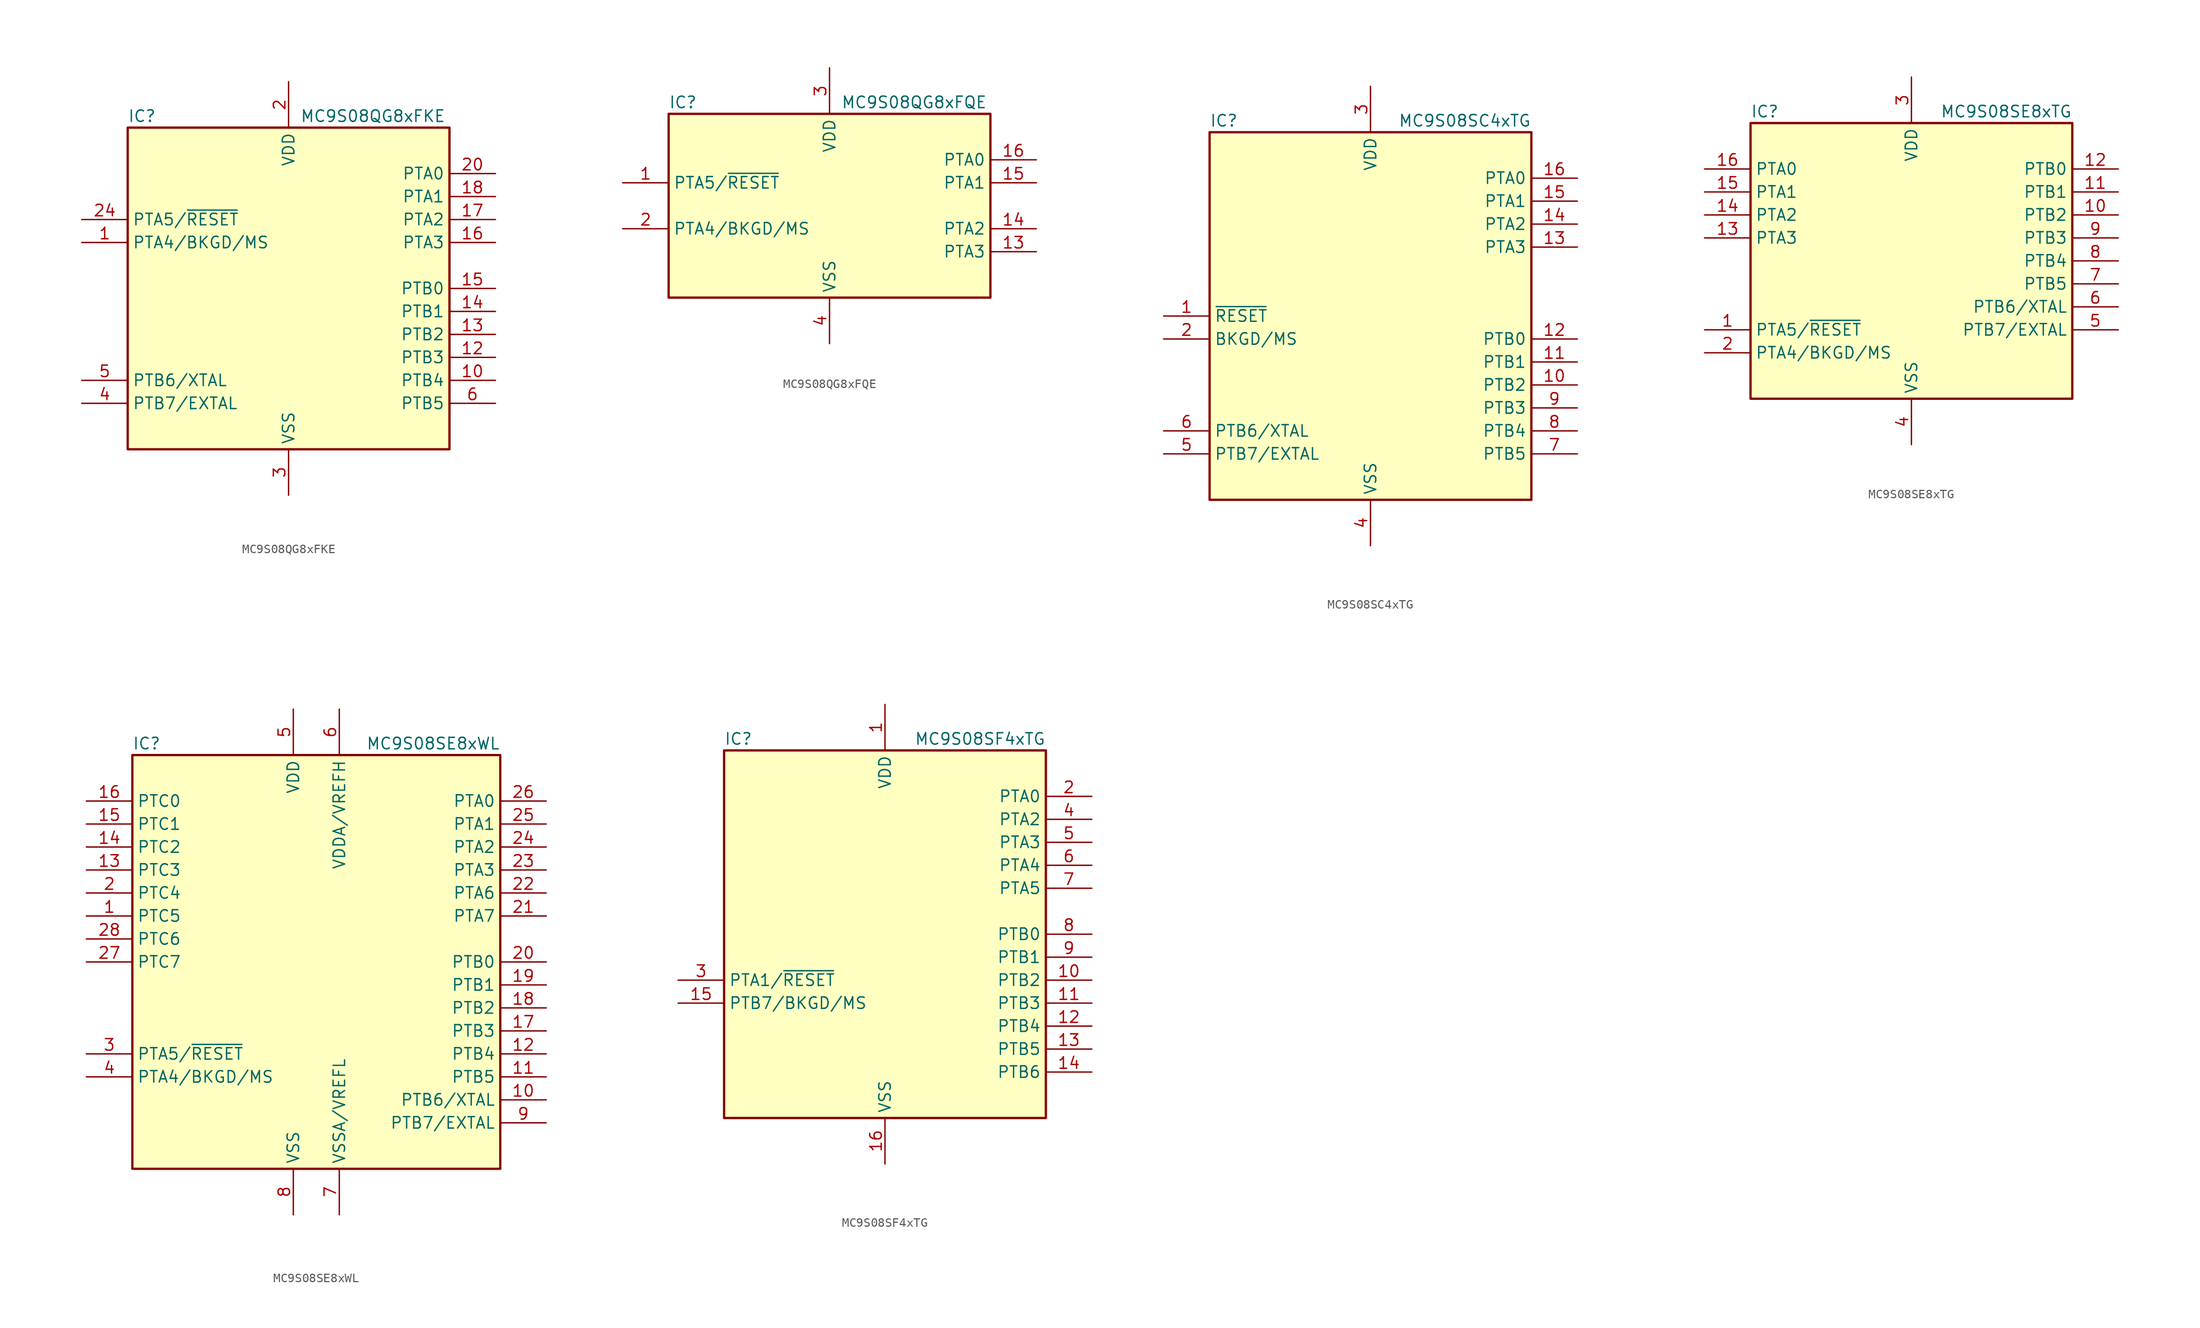
<source format=kicad_sym>
(kicad_symbol_lib
  (version 20241209)
  (generator "kicad_symbol_editor")
  (generator_version "9.0")
  (symbol "MC9S08QG8xFKE"
    (property "Reference" "IC"
      (at -17.78 19.05 0)
      (effects (font (size 1.27 1.27)) (justify left)))
    (property "Value" "MC9S08QG8xFKE"
      (at 1.27 19.05 0)
      (effects (font (size 1.27 1.27)) (justify left)))
    (symbol "MC9S08QG8xFKE_0_1"
      (rectangle (start -17.78 17.78) (end 17.78 -17.78) (stroke (width 0.254) (type default)) (fill (type background))))
    (symbol "MC9S08QG8xFKE_1_1"
      (pin bidirectional line (at -22.86 7.62 0) (length 5.08) (name "PTA5/~{RESET}" (effects (font (size 1.27 1.27)))) (number "24" (effects (font (size 1.27 1.27)))))
      (pin bidirectional line (at -22.86 5.08 0) (length 5.08) (name "PTA4/BKGD/MS" (effects (font (size 1.27 1.27)))) (number "1" (effects (font (size 1.27 1.27)))))
      (pin bidirectional line (at -22.86 -10.16 0) (length 5.08) (name "PTB6/XTAL" (effects (font (size 1.27 1.27)))) (number "5" (effects (font (size 1.27 1.27)))))
      (pin bidirectional line (at -22.86 -12.7 0) (length 5.08) (name "PTB7/EXTAL" (effects (font (size 1.27 1.27)))) (number "4" (effects (font (size 1.27 1.27)))))
      (pin power_in line (at 0 22.86 270) (length 5.08) (name "VDD" (effects (font (size 1.27 1.27)))) (number "2" (effects (font (size 1.27 1.27)))))
      (pin power_in line (at 0 -22.86 90) (length 5.08) (name "VSS" (effects (font (size 1.27 1.27)))) (number "3" (effects (font (size 1.27 1.27)))))
      (pin bidirectional line (at 22.86 12.7 180) (length 5.08) (name "PTA0" (effects (font (size 1.27 1.27)))) (number "20" (effects (font (size 1.27 1.27)))))
      (pin bidirectional line (at 22.86 10.16 180) (length 5.08) (name "PTA1" (effects (font (size 1.27 1.27)))) (number "18" (effects (font (size 1.27 1.27)))))
      (pin bidirectional line (at 22.86 7.62 180) (length 5.08) (name "PTA2" (effects (font (size 1.27 1.27)))) (number "17" (effects (font (size 1.27 1.27)))))
      (pin bidirectional line (at 22.86 5.08 180) (length 5.08) (name "PTA3" (effects (font (size 1.27 1.27)))) (number "16" (effects (font (size 1.27 1.27)))))
      (pin bidirectional line (at 22.86 0 180) (length 5.08) (name "PTB0" (effects (font (size 1.27 1.27)))) (number "15" (effects (font (size 1.27 1.27)))))
      (pin bidirectional line (at 22.86 -2.54 180) (length 5.08) (name "PTB1" (effects (font (size 1.27 1.27)))) (number "14" (effects (font (size 1.27 1.27)))))
      (pin bidirectional line (at 22.86 -5.08 180) (length 5.08) (name "PTB2" (effects (font (size 1.27 1.27)))) (number "13" (effects (font (size 1.27 1.27)))))
      (pin bidirectional line (at 22.86 -7.62 180) (length 5.08) (name "PTB3" (effects (font (size 1.27 1.27)))) (number "12" (effects (font (size 1.27 1.27)))))
      (pin bidirectional line (at 22.86 -10.16 180) (length 5.08) (name "PTB4" (effects (font (size 1.27 1.27)))) (number "10" (effects (font (size 1.27 1.27)))))
      (pin bidirectional line (at 22.86 -12.7 180) (length 5.08) (name "PTB5" (effects (font (size 1.27 1.27)))) (number "6" (effects (font (size 1.27 1.27)))))))
  (symbol "MC9S08QG8xFQE"
    (property "Reference" "IC"
      (at -17.78 11.43 0)
      (effects (font (size 1.27 1.27)) (justify left)))
    (property "Value" "MC9S08QG8xFQE"
      (at 1.27 11.43 0)
      (effects (font (size 1.27 1.27)) (justify left)))
    (symbol "MC9S08QG8xFQE_0_1"
      (rectangle (start -17.78 10.16) (end 17.78 -10.16) (stroke (width 0.254) (type default)) (fill (type background))))
    (symbol "MC9S08QG8xFQE_1_1"
      (pin bidirectional line (at -22.86 2.54 0) (length 5.08) (name "PTA5/~{RESET}" (effects (font (size 1.27 1.27)))) (number "1" (effects (font (size 1.27 1.27)))))
      (pin bidirectional line (at -22.86 -2.54 0) (length 5.08) (name "PTA4/BKGD/MS" (effects (font (size 1.27 1.27)))) (number "2" (effects (font (size 1.27 1.27)))))
      (pin power_in line (at 0 15.24 270) (length 5.08) (name "VDD" (effects (font (size 1.27 1.27)))) (number "3" (effects (font (size 1.27 1.27)))))
      (pin power_in line (at 0 -15.24 90) (length 5.08) (name "VSS" (effects (font (size 1.27 1.27)))) (number "4" (effects (font (size 1.27 1.27)))))
      (pin bidirectional line (at 22.86 5.08 180) (length 5.08) (name "PTA0" (effects (font (size 1.27 1.27)))) (number "16" (effects (font (size 1.27 1.27)))))
      (pin bidirectional line (at 22.86 2.54 180) (length 5.08) (name "PTA1" (effects (font (size 1.27 1.27)))) (number "15" (effects (font (size 1.27 1.27)))))
      (pin bidirectional line (at 22.86 -2.54 180) (length 5.08) (name "PTA2" (effects (font (size 1.27 1.27)))) (number "14" (effects (font (size 1.27 1.27)))))
      (pin bidirectional line (at 22.86 -5.08 180) (length 5.08) (name "PTA3" (effects (font (size 1.27 1.27)))) (number "13" (effects (font (size 1.27 1.27)))))))
  (symbol "MC9S08SC4xTG"
    (property "Reference" "IC"
      (at -17.78 21.59 0)
      (effects (font (size 1.27 1.27)) (justify left)))
    (property "Value" "MC9S08SC4xTG"
      (at 17.78 21.59 0)
      (effects (font (size 1.27 1.27)) (justify right)))
    (symbol "MC9S08SC4xTG_0_1"
      (rectangle (start -17.78 20.32) (end 17.78 -20.32) (stroke (width 0.254) (type default)) (fill (type background))))
    (symbol "MC9S08SC4xTG_1_1"
      (pin input line (at -22.86 0 0) (length 5.08) (name "~{RESET}" (effects (font (size 1.27 1.27)))) (number "1" (effects (font (size 1.27 1.27)))))
      (pin bidirectional line (at -22.86 -2.54 0) (length 5.08) (name "BKGD/MS" (effects (font (size 1.27 1.27)))) (number "2" (effects (font (size 1.27 1.27)))))
      (pin bidirectional line (at -22.86 -12.7 0) (length 5.08) (name "PTB6/XTAL" (effects (font (size 1.27 1.27)))) (number "6" (effects (font (size 1.27 1.27)))))
      (pin bidirectional line (at -22.86 -15.24 0) (length 5.08) (name "PTB7/EXTAL" (effects (font (size 1.27 1.27)))) (number "5" (effects (font (size 1.27 1.27)))))
      (pin power_in line (at 0 25.4 270) (length 5.08) (name "VDD" (effects (font (size 1.27 1.27)))) (number "3" (effects (font (size 1.27 1.27)))))
      (pin power_in line (at 0 -25.4 90) (length 5.08) (name "VSS" (effects (font (size 1.27 1.27)))) (number "4" (effects (font (size 1.27 1.27)))))
      (pin bidirectional line (at 22.86 15.24 180) (length 5.08) (name "PTA0" (effects (font (size 1.27 1.27)))) (number "16" (effects (font (size 1.27 1.27)))))
      (pin bidirectional line (at 22.86 12.7 180) (length 5.08) (name "PTA1" (effects (font (size 1.27 1.27)))) (number "15" (effects (font (size 1.27 1.27)))))
      (pin bidirectional line (at 22.86 10.16 180) (length 5.08) (name "PTA2" (effects (font (size 1.27 1.27)))) (number "14" (effects (font (size 1.27 1.27)))))
      (pin bidirectional line (at 22.86 7.62 180) (length 5.08) (name "PTA3" (effects (font (size 1.27 1.27)))) (number "13" (effects (font (size 1.27 1.27)))))
      (pin bidirectional line (at 22.86 -2.54 180) (length 5.08) (name "PTB0" (effects (font (size 1.27 1.27)))) (number "12" (effects (font (size 1.27 1.27)))))
      (pin bidirectional line (at 22.86 -5.08 180) (length 5.08) (name "PTB1" (effects (font (size 1.27 1.27)))) (number "11" (effects (font (size 1.27 1.27)))))
      (pin bidirectional line (at 22.86 -7.62 180) (length 5.08) (name "PTB2" (effects (font (size 1.27 1.27)))) (number "10" (effects (font (size 1.27 1.27)))))
      (pin bidirectional line (at 22.86 -10.16 180) (length 5.08) (name "PTB3" (effects (font (size 1.27 1.27)))) (number "9" (effects (font (size 1.27 1.27)))))
      (pin bidirectional line (at 22.86 -12.7 180) (length 5.08) (name "PTB4" (effects (font (size 1.27 1.27)))) (number "8" (effects (font (size 1.27 1.27)))))
      (pin bidirectional line (at 22.86 -15.24 180) (length 5.08) (name "PTB5" (effects (font (size 1.27 1.27)))) (number "7" (effects (font (size 1.27 1.27)))))))
  (symbol "MC9S08SE8xTG"
    (property "Reference" "IC"
      (at -17.78 16.51 0)
      (effects (font (size 1.27 1.27)) (justify left)))
    (property "Value" "MC9S08SE8xTG"
      (at 17.78 16.51 0)
      (effects (font (size 1.27 1.27)) (justify right)))
    (symbol "MC9S08SE8xTG_0_1"
      (rectangle (start -17.78 15.24) (end 17.78 -15.24) (stroke (width 0.254) (type default)) (fill (type background))))
    (symbol "MC9S08SE8xTG_1_1"
      (pin bidirectional line (at -22.86 10.16 0) (length 5.08) (name "PTA0" (effects (font (size 1.27 1.27)))) (number "16" (effects (font (size 1.27 1.27)))))
      (pin bidirectional line (at -22.86 7.62 0) (length 5.08) (name "PTA1" (effects (font (size 1.27 1.27)))) (number "15" (effects (font (size 1.27 1.27)))))
      (pin bidirectional line (at -22.86 5.08 0) (length 5.08) (name "PTA2" (effects (font (size 1.27 1.27)))) (number "14" (effects (font (size 1.27 1.27)))))
      (pin bidirectional line (at -22.86 2.54 0) (length 5.08) (name "PTA3" (effects (font (size 1.27 1.27)))) (number "13" (effects (font (size 1.27 1.27)))))
      (pin bidirectional line (at -22.86 -7.62 0) (length 5.08) (name "PTA5/~{RESET}" (effects (font (size 1.27 1.27)))) (number "1" (effects (font (size 1.27 1.27)))))
      (pin bidirectional line (at -22.86 -10.16 0) (length 5.08) (name "PTA4/BKGD/MS" (effects (font (size 1.27 1.27)))) (number "2" (effects (font (size 1.27 1.27)))))
      (pin power_in line (at 0 20.32 270) (length 5.08) (name "VDD" (effects (font (size 1.27 1.27)))) (number "3" (effects (font (size 1.27 1.27)))))
      (pin power_in line (at 0 -20.32 90) (length 5.08) (name "VSS" (effects (font (size 1.27 1.27)))) (number "4" (effects (font (size 1.27 1.27)))))
      (pin bidirectional line (at 22.86 10.16 180) (length 5.08) (name "PTB0" (effects (font (size 1.27 1.27)))) (number "12" (effects (font (size 1.27 1.27)))))
      (pin bidirectional line (at 22.86 7.62 180) (length 5.08) (name "PTB1" (effects (font (size 1.27 1.27)))) (number "11" (effects (font (size 1.27 1.27)))))
      (pin bidirectional line (at 22.86 5.08 180) (length 5.08) (name "PTB2" (effects (font (size 1.27 1.27)))) (number "10" (effects (font (size 1.27 1.27)))))
      (pin bidirectional line (at 22.86 2.54 180) (length 5.08) (name "PTB3" (effects (font (size 1.27 1.27)))) (number "9" (effects (font (size 1.27 1.27)))))
      (pin bidirectional line (at 22.86 0 180) (length 5.08) (name "PTB4" (effects (font (size 1.27 1.27)))) (number "8" (effects (font (size 1.27 1.27)))))
      (pin bidirectional line (at 22.86 -2.54 180) (length 5.08) (name "PTB5" (effects (font (size 1.27 1.27)))) (number "7" (effects (font (size 1.27 1.27)))))
      (pin bidirectional line (at 22.86 -5.08 180) (length 5.08) (name "PTB6/XTAL" (effects (font (size 1.27 1.27)))) (number "6" (effects (font (size 1.27 1.27)))))
      (pin bidirectional line (at 22.86 -7.62 180) (length 5.08) (name "PTB7/EXTAL" (effects (font (size 1.27 1.27)))) (number "5" (effects (font (size 1.27 1.27)))))))
  (symbol "MC9S08SE8xWL"
    (property "Reference" "IC"
      (at -20.32 24.13 0)
      (effects (font (size 1.27 1.27)) (justify left)))
    (property "Value" "MC9S08SE8xWL"
      (at 20.32 24.13 0)
      (effects (font (size 1.27 1.27)) (justify right)))
    (symbol "MC9S08SE8xWL_0_1"
      (rectangle (start -20.32 22.86) (end 20.32 -22.86) (stroke (width 0.254) (type default)) (fill (type background))))
    (symbol "MC9S08SE8xWL_1_1"
      (pin bidirectional line (at -25.4 17.78 0) (length 5.08) (name "PTC0" (effects (font (size 1.27 1.27)))) (number "16" (effects (font (size 1.27 1.27)))))
      (pin bidirectional line (at -25.4 15.24 0) (length 5.08) (name "PTC1" (effects (font (size 1.27 1.27)))) (number "15" (effects (font (size 1.27 1.27)))))
      (pin bidirectional line (at -25.4 12.7 0) (length 5.08) (name "PTC2" (effects (font (size 1.27 1.27)))) (number "14" (effects (font (size 1.27 1.27)))))
      (pin bidirectional line (at -25.4 10.16 0) (length 5.08) (name "PTC3" (effects (font (size 1.27 1.27)))) (number "13" (effects (font (size 1.27 1.27)))))
      (pin bidirectional line (at -25.4 7.62 0) (length 5.08) (name "PTC4" (effects (font (size 1.27 1.27)))) (number "2" (effects (font (size 1.27 1.27)))))
      (pin bidirectional line (at -25.4 5.08 0) (length 5.08) (name "PTC5" (effects (font (size 1.27 1.27)))) (number "1" (effects (font (size 1.27 1.27)))))
      (pin bidirectional line (at -25.4 2.54 0) (length 5.08) (name "PTC6" (effects (font (size 1.27 1.27)))) (number "28" (effects (font (size 1.27 1.27)))))
      (pin bidirectional line (at -25.4 0 0) (length 5.08) (name "PTC7" (effects (font (size 1.27 1.27)))) (number "27" (effects (font (size 1.27 1.27)))))
      (pin bidirectional line (at -25.4 -10.16 0) (length 5.08) (name "PTA5/~{RESET}" (effects (font (size 1.27 1.27)))) (number "3" (effects (font (size 1.27 1.27)))))
      (pin bidirectional line (at -25.4 -12.7 0) (length 5.08) (name "PTA4/BKGD/MS" (effects (font (size 1.27 1.27)))) (number "4" (effects (font (size 1.27 1.27)))))
      (pin power_in line (at -2.54 27.94 270) (length 5.08) (name "VDD" (effects (font (size 1.27 1.27)))) (number "5" (effects (font (size 1.27 1.27)))))
      (pin power_in line (at -2.54 -27.94 90) (length 5.08) (name "VSS" (effects (font (size 1.27 1.27)))) (number "8" (effects (font (size 1.27 1.27)))))
      (pin power_in line (at 2.54 27.94 270) (length 5.08) (name "VDDA/VREFH" (effects (font (size 1.27 1.27)))) (number "6" (effects (font (size 1.27 1.27)))))
      (pin power_in line (at 2.54 -27.94 90) (length 5.08) (name "VSSA/VREFL" (effects (font (size 1.27 1.27)))) (number "7" (effects (font (size 1.27 1.27)))))
      (pin bidirectional line (at 25.4 17.78 180) (length 5.08) (name "PTA0" (effects (font (size 1.27 1.27)))) (number "26" (effects (font (size 1.27 1.27)))))
      (pin bidirectional line (at 25.4 15.24 180) (length 5.08) (name "PTA1" (effects (font (size 1.27 1.27)))) (number "25" (effects (font (size 1.27 1.27)))))
      (pin bidirectional line (at 25.4 12.7 180) (length 5.08) (name "PTA2" (effects (font (size 1.27 1.27)))) (number "24" (effects (font (size 1.27 1.27)))))
      (pin bidirectional line (at 25.4 10.16 180) (length 5.08) (name "PTA3" (effects (font (size 1.27 1.27)))) (number "23" (effects (font (size 1.27 1.27)))))
      (pin bidirectional line (at 25.4 7.62 180) (length 5.08) (name "PTA6" (effects (font (size 1.27 1.27)))) (number "22" (effects (font (size 1.27 1.27)))))
      (pin bidirectional line (at 25.4 5.08 180) (length 5.08) (name "PTA7" (effects (font (size 1.27 1.27)))) (number "21" (effects (font (size 1.27 1.27)))))
      (pin bidirectional line (at 25.4 0 180) (length 5.08) (name "PTB0" (effects (font (size 1.27 1.27)))) (number "20" (effects (font (size 1.27 1.27)))))
      (pin bidirectional line (at 25.4 -2.54 180) (length 5.08) (name "PTB1" (effects (font (size 1.27 1.27)))) (number "19" (effects (font (size 1.27 1.27)))))
      (pin bidirectional line (at 25.4 -5.08 180) (length 5.08) (name "PTB2" (effects (font (size 1.27 1.27)))) (number "18" (effects (font (size 1.27 1.27)))))
      (pin bidirectional line (at 25.4 -7.62 180) (length 5.08) (name "PTB3" (effects (font (size 1.27 1.27)))) (number "17" (effects (font (size 1.27 1.27)))))
      (pin bidirectional line (at 25.4 -10.16 180) (length 5.08) (name "PTB4" (effects (font (size 1.27 1.27)))) (number "12" (effects (font (size 1.27 1.27)))))
      (pin bidirectional line (at 25.4 -12.7 180) (length 5.08) (name "PTB5" (effects (font (size 1.27 1.27)))) (number "11" (effects (font (size 1.27 1.27)))))
      (pin bidirectional line (at 25.4 -15.24 180) (length 5.08) (name "PTB6/XTAL" (effects (font (size 1.27 1.27)))) (number "10" (effects (font (size 1.27 1.27)))))
      (pin bidirectional line (at 25.4 -17.78 180) (length 5.08) (name "PTB7/EXTAL" (effects (font (size 1.27 1.27)))) (number "9" (effects (font (size 1.27 1.27)))))))
  (symbol "MC9S08SF4xTG"
    (property "Reference" "IC"
      (at -17.78 21.59 0)
      (effects (font (size 1.27 1.27)) (justify left)))
    (property "Value" "MC9S08SF4xTG"
      (at 17.78 21.59 0)
      (effects (font (size 1.27 1.27)) (justify right)))
    (symbol "MC9S08SF4xTG_0_1"
      (rectangle (start -17.78 20.32) (end 17.78 -20.32) (stroke (width 0.254) (type default)) (fill (type background))))
    (symbol "MC9S08SF4xTG_1_1"
      (pin bidirectional line (at -22.86 -5.08 0) (length 5.08) (name "PTA1/~{RESET}" (effects (font (size 1.27 1.27)))) (number "3" (effects (font (size 1.27 1.27)))))
      (pin bidirectional line (at -22.86 -7.62 0) (length 5.08) (name "PTB7/BKGD/MS" (effects (font (size 1.27 1.27)))) (number "15" (effects (font (size 1.27 1.27)))))
      (pin power_in line (at 0 25.4 270) (length 5.08) (name "VDD" (effects (font (size 1.27 1.27)))) (number "1" (effects (font (size 1.27 1.27)))))
      (pin power_in line (at 0 -25.4 90) (length 5.08) (name "VSS" (effects (font (size 1.27 1.27)))) (number "16" (effects (font (size 1.27 1.27)))))
      (pin bidirectional line (at 22.86 15.24 180) (length 5.08) (name "PTA0" (effects (font (size 1.27 1.27)))) (number "2" (effects (font (size 1.27 1.27)))))
      (pin bidirectional line (at 22.86 12.7 180) (length 5.08) (name "PTA2" (effects (font (size 1.27 1.27)))) (number "4" (effects (font (size 1.27 1.27)))))
      (pin bidirectional line (at 22.86 10.16 180) (length 5.08) (name "PTA3" (effects (font (size 1.27 1.27)))) (number "5" (effects (font (size 1.27 1.27)))))
      (pin bidirectional line (at 22.86 7.62 180) (length 5.08) (name "PTA4" (effects (font (size 1.27 1.27)))) (number "6" (effects (font (size 1.27 1.27)))))
      (pin bidirectional line (at 22.86 5.08 180) (length 5.08) (name "PTA5" (effects (font (size 1.27 1.27)))) (number "7" (effects (font (size 1.27 1.27)))))
      (pin bidirectional line (at 22.86 0 180) (length 5.08) (name "PTB0" (effects (font (size 1.27 1.27)))) (number "8" (effects (font (size 1.27 1.27)))))
      (pin bidirectional line (at 22.86 -2.54 180) (length 5.08) (name "PTB1" (effects (font (size 1.27 1.27)))) (number "9" (effects (font (size 1.27 1.27)))))
      (pin bidirectional line (at 22.86 -5.08 180) (length 5.08) (name "PTB2" (effects (font (size 1.27 1.27)))) (number "10" (effects (font (size 1.27 1.27)))))
      (pin bidirectional line (at 22.86 -7.62 180) (length 5.08) (name "PTB3" (effects (font (size 1.27 1.27)))) (number "11" (effects (font (size 1.27 1.27)))))
      (pin bidirectional line (at 22.86 -10.16 180) (length 5.08) (name "PTB4" (effects (font (size 1.27 1.27)))) (number "12" (effects (font (size 1.27 1.27)))))
      (pin bidirectional line (at 22.86 -12.7 180) (length 5.08) (name "PTB5" (effects (font (size 1.27 1.27)))) (number "13" (effects (font (size 1.27 1.27)))))
      (pin bidirectional line (at 22.86 -15.24 180) (length 5.08) (name "PTB6" (effects (font (size 1.27 1.27)))) (number "14" (effects (font (size 1.27 1.27))))))))
</source>
